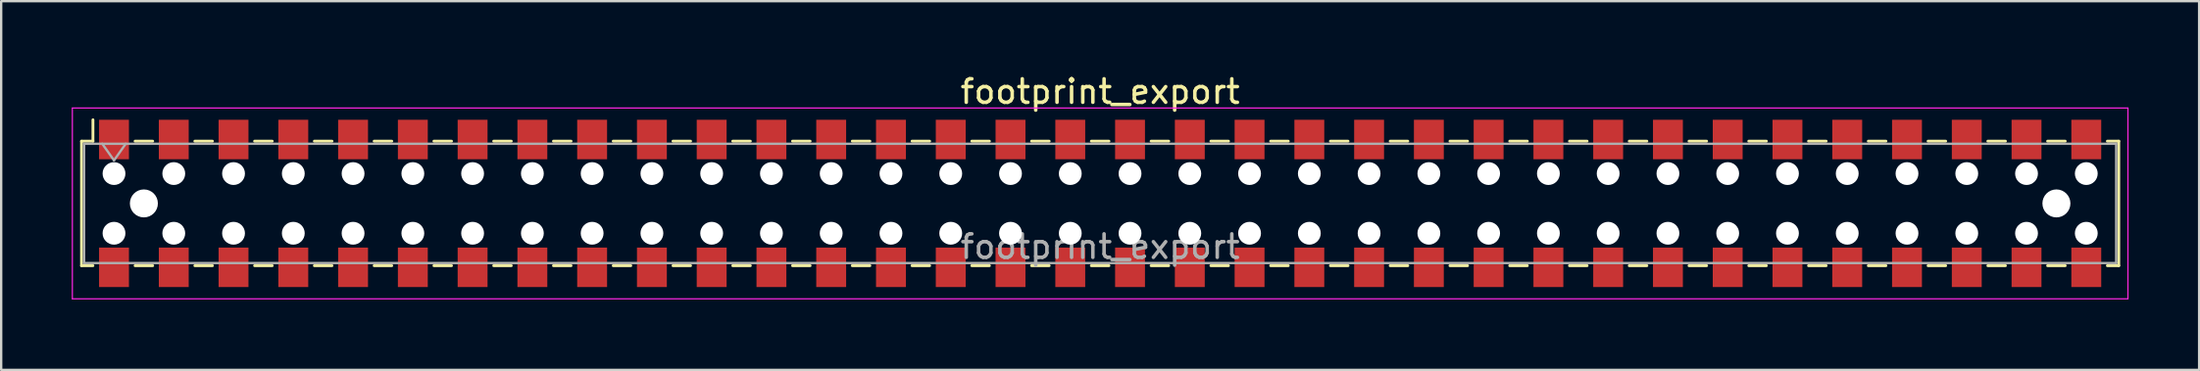
<source format=kicad_pcb>
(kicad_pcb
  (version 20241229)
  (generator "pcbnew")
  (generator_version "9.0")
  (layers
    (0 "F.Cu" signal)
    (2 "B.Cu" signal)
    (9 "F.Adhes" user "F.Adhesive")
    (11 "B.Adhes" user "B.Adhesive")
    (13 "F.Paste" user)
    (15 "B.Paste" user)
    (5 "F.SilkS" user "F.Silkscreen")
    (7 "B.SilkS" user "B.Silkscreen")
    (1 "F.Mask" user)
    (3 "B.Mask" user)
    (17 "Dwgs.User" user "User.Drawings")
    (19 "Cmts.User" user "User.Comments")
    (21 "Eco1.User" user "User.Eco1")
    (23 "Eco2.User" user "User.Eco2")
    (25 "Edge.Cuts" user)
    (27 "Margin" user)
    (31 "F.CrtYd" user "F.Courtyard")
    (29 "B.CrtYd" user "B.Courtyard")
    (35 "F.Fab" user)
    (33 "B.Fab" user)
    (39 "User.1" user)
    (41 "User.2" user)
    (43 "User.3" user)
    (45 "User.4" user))
  (footprint "footprint_export"
    (layer "F.Cu")
    (at 43.705 5.608)
    (property "Reference" "footprint_export" (at 0 -4.76 0) (layer "F.SilkS") (effects (font (size 1 1) (thickness 0.15))))
    (attr smd)
    (fp_line (start -43.29 -2.65) (end -43.29 2.65) (stroke (width 0.12) (type solid)) (layer "F.SilkS"))
    (fp_line (start -43.29 2.65) (end -42.805 2.65) (stroke (width 0.12) (type solid)) (layer "F.SilkS"))
    (fp_line (start -42.805 -3.56) (end -42.805 -2.65) (stroke (width 0.12) (type solid)) (layer "F.SilkS"))
    (fp_line (start -42.805 -2.65) (end -43.29 -2.65) (stroke (width 0.12) (type solid)) (layer "F.SilkS"))
    (fp_line (start -41.015 -2.65) (end -40.265 -2.65) (stroke (width 0.12) (type solid)) (layer "F.SilkS"))
    (fp_line (start -41.015 2.65) (end -40.265 2.65) (stroke (width 0.12) (type solid)) (layer "F.SilkS"))
    (fp_line (start -38.475 -2.65) (end -37.725 -2.65) (stroke (width 0.12) (type solid)) (layer "F.SilkS"))
    (fp_line (start -38.475 2.65) (end -37.725 2.65) (stroke (width 0.12) (type solid)) (layer "F.SilkS"))
    (fp_line (start -35.935 -2.65) (end -35.185 -2.65) (stroke (width 0.12) (type solid)) (layer "F.SilkS"))
    (fp_line (start -35.935 2.65) (end -35.185 2.65) (stroke (width 0.12) (type solid)) (layer "F.SilkS"))
    (fp_line (start -33.395 -2.65) (end -32.645 -2.65) (stroke (width 0.12) (type solid)) (layer "F.SilkS"))
    (fp_line (start -33.395 2.65) (end -32.645 2.65) (stroke (width 0.12) (type solid)) (layer "F.SilkS"))
    (fp_line (start -30.855 -2.65) (end -30.105 -2.65) (stroke (width 0.12) (type solid)) (layer "F.SilkS"))
    (fp_line (start -30.855 2.65) (end -30.105 2.65) (stroke (width 0.12) (type solid)) (layer "F.SilkS"))
    (fp_line (start -28.315 -2.65) (end -27.565 -2.65) (stroke (width 0.12) (type solid)) (layer "F.SilkS"))
    (fp_line (start -28.315 2.65) (end -27.565 2.65) (stroke (width 0.12) (type solid)) (layer "F.SilkS"))
    (fp_line (start -25.775 -2.65) (end -25.025 -2.65) (stroke (width 0.12) (type solid)) (layer "F.SilkS"))
    (fp_line (start -25.775 2.65) (end -25.025 2.65) (stroke (width 0.12) (type solid)) (layer "F.SilkS"))
    (fp_line (start -23.235 -2.65) (end -22.485 -2.65) (stroke (width 0.12) (type solid)) (layer "F.SilkS"))
    (fp_line (start -23.235 2.65) (end -22.485 2.65) (stroke (width 0.12) (type solid)) (layer "F.SilkS"))
    (fp_line (start -20.695 -2.65) (end -19.945 -2.65) (stroke (width 0.12) (type solid)) (layer "F.SilkS"))
    (fp_line (start -20.695 2.65) (end -19.945 2.65) (stroke (width 0.12) (type solid)) (layer "F.SilkS"))
    (fp_line (start -18.155 -2.65) (end -17.405 -2.65) (stroke (width 0.12) (type solid)) (layer "F.SilkS"))
    (fp_line (start -18.155 2.65) (end -17.405 2.65) (stroke (width 0.12) (type solid)) (layer "F.SilkS"))
    (fp_line (start -15.615 -2.65) (end -14.865 -2.65) (stroke (width 0.12) (type solid)) (layer "F.SilkS"))
    (fp_line (start -15.615 2.65) (end -14.865 2.65) (stroke (width 0.12) (type solid)) (layer "F.SilkS"))
    (fp_line (start -13.075 -2.65) (end -12.325 -2.65) (stroke (width 0.12) (type solid)) (layer "F.SilkS"))
    (fp_line (start -13.075 2.65) (end -12.325 2.65) (stroke (width 0.12) (type solid)) (layer "F.SilkS"))
    (fp_line (start -10.535 -2.65) (end -9.785 -2.65) (stroke (width 0.12) (type solid)) (layer "F.SilkS"))
    (fp_line (start -10.535 2.65) (end -9.785 2.65) (stroke (width 0.12) (type solid)) (layer "F.SilkS"))
    (fp_line (start -7.995 -2.65) (end -7.245 -2.65) (stroke (width 0.12) (type solid)) (layer "F.SilkS"))
    (fp_line (start -7.995 2.65) (end -7.245 2.65) (stroke (width 0.12) (type solid)) (layer "F.SilkS"))
    (fp_line (start -5.455 -2.65) (end -4.705 -2.65) (stroke (width 0.12) (type solid)) (layer "F.SilkS"))
    (fp_line (start -5.455 2.65) (end -4.705 2.65) (stroke (width 0.12) (type solid)) (layer "F.SilkS"))
    (fp_line (start -2.915 -2.65) (end -2.165 -2.65) (stroke (width 0.12) (type solid)) (layer "F.SilkS"))
    (fp_line (start -2.915 2.65) (end -2.165 2.65) (stroke (width 0.12) (type solid)) (layer "F.SilkS"))
    (fp_line (start -0.375 -2.65) (end 0.375 -2.65) (stroke (width 0.12) (type solid)) (layer "F.SilkS"))
    (fp_line (start -0.375 2.65) (end 0.375 2.65) (stroke (width 0.12) (type solid)) (layer "F.SilkS"))
    (fp_line (start 2.165 -2.65) (end 2.915 -2.65) (stroke (width 0.12) (type solid)) (layer "F.SilkS"))
    (fp_line (start 2.165 2.65) (end 2.915 2.65) (stroke (width 0.12) (type solid)) (layer "F.SilkS"))
    (fp_line (start 4.705 -2.65) (end 5.455 -2.65) (stroke (width 0.12) (type solid)) (layer "F.SilkS"))
    (fp_line (start 4.705 2.65) (end 5.455 2.65) (stroke (width 0.12) (type solid)) (layer "F.SilkS"))
    (fp_line (start 7.245 -2.65) (end 7.995 -2.65) (stroke (width 0.12) (type solid)) (layer "F.SilkS"))
    (fp_line (start 7.245 2.65) (end 7.995 2.65) (stroke (width 0.12) (type solid)) (layer "F.SilkS"))
    (fp_line (start 9.785 -2.65) (end 10.535 -2.65) (stroke (width 0.12) (type solid)) (layer "F.SilkS"))
    (fp_line (start 9.785 2.65) (end 10.535 2.65) (stroke (width 0.12) (type solid)) (layer "F.SilkS"))
    (fp_line (start 12.325 -2.65) (end 13.075 -2.65) (stroke (width 0.12) (type solid)) (layer "F.SilkS"))
    (fp_line (start 12.325 2.65) (end 13.075 2.65) (stroke (width 0.12) (type solid)) (layer "F.SilkS"))
    (fp_line (start 14.865 -2.65) (end 15.615 -2.65) (stroke (width 0.12) (type solid)) (layer "F.SilkS"))
    (fp_line (start 14.865 2.65) (end 15.615 2.65) (stroke (width 0.12) (type solid)) (layer "F.SilkS"))
    (fp_line (start 17.405 -2.65) (end 18.155 -2.65) (stroke (width 0.12) (type solid)) (layer "F.SilkS"))
    (fp_line (start 17.405 2.65) (end 18.155 2.65) (stroke (width 0.12) (type solid)) (layer "F.SilkS"))
    (fp_line (start 19.945 -2.65) (end 20.695 -2.65) (stroke (width 0.12) (type solid)) (layer "F.SilkS"))
    (fp_line (start 19.945 2.65) (end 20.695 2.65) (stroke (width 0.12) (type solid)) (layer "F.SilkS"))
    (fp_line (start 22.485 -2.65) (end 23.235 -2.65) (stroke (width 0.12) (type solid)) (layer "F.SilkS"))
    (fp_line (start 22.485 2.65) (end 23.235 2.65) (stroke (width 0.12) (type solid)) (layer "F.SilkS"))
    (fp_line (start 25.025 -2.65) (end 25.775 -2.65) (stroke (width 0.12) (type solid)) (layer "F.SilkS"))
    (fp_line (start 25.025 2.65) (end 25.775 2.65) (stroke (width 0.12) (type solid)) (layer "F.SilkS"))
    (fp_line (start 27.565 -2.65) (end 28.315 -2.65) (stroke (width 0.12) (type solid)) (layer "F.SilkS"))
    (fp_line (start 27.565 2.65) (end 28.315 2.65) (stroke (width 0.12) (type solid)) (layer "F.SilkS"))
    (fp_line (start 30.105 -2.65) (end 30.855 -2.65) (stroke (width 0.12) (type solid)) (layer "F.SilkS"))
    (fp_line (start 30.105 2.65) (end 30.855 2.65) (stroke (width 0.12) (type solid)) (layer "F.SilkS"))
    (fp_line (start 32.645 -2.65) (end 33.395 -2.65) (stroke (width 0.12) (type solid)) (layer "F.SilkS"))
    (fp_line (start 32.645 2.65) (end 33.395 2.65) (stroke (width 0.12) (type solid)) (layer "F.SilkS"))
    (fp_line (start 35.185 -2.65) (end 35.935 -2.65) (stroke (width 0.12) (type solid)) (layer "F.SilkS"))
    (fp_line (start 35.185 2.65) (end 35.935 2.65) (stroke (width 0.12) (type solid)) (layer "F.SilkS"))
    (fp_line (start 37.725 -2.65) (end 38.475 -2.65) (stroke (width 0.12) (type solid)) (layer "F.SilkS"))
    (fp_line (start 37.725 2.65) (end 38.475 2.65) (stroke (width 0.12) (type solid)) (layer "F.SilkS"))
    (fp_line (start 40.265 -2.65) (end 41.015 -2.65) (stroke (width 0.12) (type solid)) (layer "F.SilkS"))
    (fp_line (start 40.265 2.65) (end 41.015 2.65) (stroke (width 0.12) (type solid)) (layer "F.SilkS"))
    (fp_line (start 42.805 -2.65) (end 43.29 -2.65) (stroke (width 0.12) (type solid)) (layer "F.SilkS"))
    (fp_line (start 43.29 -2.65) (end 43.29 2.65) (stroke (width 0.12) (type solid)) (layer "F.SilkS"))
    (fp_line (start 43.29 2.65) (end 42.805 2.65) (stroke (width 0.12) (type solid)) (layer "F.SilkS"))
    (fp_line (start -43.68 -4.06) (end 43.68 -4.06) (stroke (width 0.05) (type solid)) (layer "F.CrtYd"))
    (fp_line (start -43.68 4.06) (end -43.68 -4.06) (stroke (width 0.05) (type solid)) (layer "F.CrtYd"))
    (fp_line (start 43.68 -4.06) (end 43.68 4.06) (stroke (width 0.05) (type solid)) (layer "F.CrtYd"))
    (fp_line (start 43.68 4.06) (end -43.68 4.06) (stroke (width 0.05) (type solid)) (layer "F.CrtYd"))
    (fp_line (start -43.18 -2.54) (end 43.18 -2.54) (stroke (width 0.1) (type solid)) (layer "F.Fab"))
    (fp_line (start -43.18 2.54) (end -43.18 -2.54) (stroke (width 0.1) (type solid)) (layer "F.Fab"))
    (fp_line (start -42.41 -2.54) (end -41.91 -1.833) (stroke (width 0.1) (type solid)) (layer "F.Fab"))
    (fp_line (start -41.91 -1.833) (end -41.41 -2.54) (stroke (width 0.1) (type solid)) (layer "F.Fab"))
    (fp_line (start 43.18 -2.54) (end 43.18 2.54) (stroke (width 0.1) (type solid)) (layer "F.Fab"))
    (fp_line (start 43.18 2.54) (end -43.18 2.54) (stroke (width 0.1) (type solid)) (layer "F.Fab"))
    (fp_text user "${REFERENCE}" (at 0 1.84 0) (layer "F.Fab") (effects (font (size 1 1) (thickness 0.15))))
    (pad "" np_thru_hole circle (at -41.91 -1.27) (size 0.97 0.97) (drill 0.97) (layers "*.Cu" "*.Mask"))
    (pad "" np_thru_hole circle (at -41.91 1.27) (size 0.97 0.97) (drill 0.97) (layers "*.Cu" "*.Mask"))
    (pad "" np_thru_hole circle (at -40.64 0) (size 1.19 1.19) (drill 1.19) (layers "*.Cu" "*.Mask"))
    (pad "" np_thru_hole circle (at -39.37 -1.27) (size 0.97 0.97) (drill 0.97) (layers "*.Cu" "*.Mask"))
    (pad "" np_thru_hole circle (at -39.37 1.27) (size 0.97 0.97) (drill 0.97) (layers "*.Cu" "*.Mask"))
    (pad "" np_thru_hole circle (at -36.83 -1.27) (size 0.97 0.97) (drill 0.97) (layers "*.Cu" "*.Mask"))
    (pad "" np_thru_hole circle (at -36.83 1.27) (size 0.97 0.97) (drill 0.97) (layers "*.Cu" "*.Mask"))
    (pad "" np_thru_hole circle (at -34.29 -1.27) (size 0.97 0.97) (drill 0.97) (layers "*.Cu" "*.Mask"))
    (pad "" np_thru_hole circle (at -34.29 1.27) (size 0.97 0.97) (drill 0.97) (layers "*.Cu" "*.Mask"))
    (pad "" np_thru_hole circle (at -31.75 -1.27) (size 0.97 0.97) (drill 0.97) (layers "*.Cu" "*.Mask"))
    (pad "" np_thru_hole circle (at -31.75 1.27) (size 0.97 0.97) (drill 0.97) (layers "*.Cu" "*.Mask"))
    (pad "" np_thru_hole circle (at -29.21 -1.27) (size 0.97 0.97) (drill 0.97) (layers "*.Cu" "*.Mask"))
    (pad "" np_thru_hole circle (at -29.21 1.27) (size 0.97 0.97) (drill 0.97) (layers "*.Cu" "*.Mask"))
    (pad "" np_thru_hole circle (at -26.67 -1.27) (size 0.97 0.97) (drill 0.97) (layers "*.Cu" "*.Mask"))
    (pad "" np_thru_hole circle (at -26.67 1.27) (size 0.97 0.97) (drill 0.97) (layers "*.Cu" "*.Mask"))
    (pad "" np_thru_hole circle (at -24.13 -1.27) (size 0.97 0.97) (drill 0.97) (layers "*.Cu" "*.Mask"))
    (pad "" np_thru_hole circle (at -24.13 1.27) (size 0.97 0.97) (drill 0.97) (layers "*.Cu" "*.Mask"))
    (pad "" np_thru_hole circle (at -21.59 -1.27) (size 0.97 0.97) (drill 0.97) (layers "*.Cu" "*.Mask"))
    (pad "" np_thru_hole circle (at -21.59 1.27) (size 0.97 0.97) (drill 0.97) (layers "*.Cu" "*.Mask"))
    (pad "" np_thru_hole circle (at -19.05 -1.27) (size 0.97 0.97) (drill 0.97) (layers "*.Cu" "*.Mask"))
    (pad "" np_thru_hole circle (at -19.05 1.27) (size 0.97 0.97) (drill 0.97) (layers "*.Cu" "*.Mask"))
    (pad "" np_thru_hole circle (at -16.51 -1.27) (size 0.97 0.97) (drill 0.97) (layers "*.Cu" "*.Mask"))
    (pad "" np_thru_hole circle (at -16.51 1.27) (size 0.97 0.97) (drill 0.97) (layers "*.Cu" "*.Mask"))
    (pad "" np_thru_hole circle (at -13.97 -1.27) (size 0.97 0.97) (drill 0.97) (layers "*.Cu" "*.Mask"))
    (pad "" np_thru_hole circle (at -13.97 1.27) (size 0.97 0.97) (drill 0.97) (layers "*.Cu" "*.Mask"))
    (pad "" np_thru_hole circle (at -11.43 -1.27) (size 0.97 0.97) (drill 0.97) (layers "*.Cu" "*.Mask"))
    (pad "" np_thru_hole circle (at -11.43 1.27) (size 0.97 0.97) (drill 0.97) (layers "*.Cu" "*.Mask"))
    (pad "" np_thru_hole circle (at -8.89 -1.27) (size 0.97 0.97) (drill 0.97) (layers "*.Cu" "*.Mask"))
    (pad "" np_thru_hole circle (at -8.89 1.27) (size 0.97 0.97) (drill 0.97) (layers "*.Cu" "*.Mask"))
    (pad "" np_thru_hole circle (at -6.35 -1.27) (size 0.97 0.97) (drill 0.97) (layers "*.Cu" "*.Mask"))
    (pad "" np_thru_hole circle (at -6.35 1.27) (size 0.97 0.97) (drill 0.97) (layers "*.Cu" "*.Mask"))
    (pad "" np_thru_hole circle (at -3.81 -1.27) (size 0.97 0.97) (drill 0.97) (layers "*.Cu" "*.Mask"))
    (pad "" np_thru_hole circle (at -3.81 1.27) (size 0.97 0.97) (drill 0.97) (layers "*.Cu" "*.Mask"))
    (pad "" np_thru_hole circle (at -1.27 -1.27) (size 0.97 0.97) (drill 0.97) (layers "*.Cu" "*.Mask"))
    (pad "" np_thru_hole circle (at -1.27 1.27) (size 0.97 0.97) (drill 0.97) (layers "*.Cu" "*.Mask"))
    (pad "" np_thru_hole circle (at 1.27 -1.27) (size 0.97 0.97) (drill 0.97) (layers "*.Cu" "*.Mask"))
    (pad "" np_thru_hole circle (at 1.27 1.27) (size 0.97 0.97) (drill 0.97) (layers "*.Cu" "*.Mask"))
    (pad "" np_thru_hole circle (at 3.81 -1.27) (size 0.97 0.97) (drill 0.97) (layers "*.Cu" "*.Mask"))
    (pad "" np_thru_hole circle (at 3.81 1.27) (size 0.97 0.97) (drill 0.97) (layers "*.Cu" "*.Mask"))
    (pad "" np_thru_hole circle (at 6.35 -1.27) (size 0.97 0.97) (drill 0.97) (layers "*.Cu" "*.Mask"))
    (pad "" np_thru_hole circle (at 6.35 1.27) (size 0.97 0.97) (drill 0.97) (layers "*.Cu" "*.Mask"))
    (pad "" np_thru_hole circle (at 8.89 -1.27) (size 0.97 0.97) (drill 0.97) (layers "*.Cu" "*.Mask"))
    (pad "" np_thru_hole circle (at 8.89 1.27) (size 0.97 0.97) (drill 0.97) (layers "*.Cu" "*.Mask"))
    (pad "" np_thru_hole circle (at 11.43 -1.27) (size 0.97 0.97) (drill 0.97) (layers "*.Cu" "*.Mask"))
    (pad "" np_thru_hole circle (at 11.43 1.27) (size 0.97 0.97) (drill 0.97) (layers "*.Cu" "*.Mask"))
    (pad "" np_thru_hole circle (at 13.97 -1.27) (size 0.97 0.97) (drill 0.97) (layers "*.Cu" "*.Mask"))
    (pad "" np_thru_hole circle (at 13.97 1.27) (size 0.97 0.97) (drill 0.97) (layers "*.Cu" "*.Mask"))
    (pad "" np_thru_hole circle (at 16.51 -1.27) (size 0.97 0.97) (drill 0.97) (layers "*.Cu" "*.Mask"))
    (pad "" np_thru_hole circle (at 16.51 1.27) (size 0.97 0.97) (drill 0.97) (layers "*.Cu" "*.Mask"))
    (pad "" np_thru_hole circle (at 19.05 -1.27) (size 0.97 0.97) (drill 0.97) (layers "*.Cu" "*.Mask"))
    (pad "" np_thru_hole circle (at 19.05 1.27) (size 0.97 0.97) (drill 0.97) (layers "*.Cu" "*.Mask"))
    (pad "" np_thru_hole circle (at 21.59 -1.27) (size 0.97 0.97) (drill 0.97) (layers "*.Cu" "*.Mask"))
    (pad "" np_thru_hole circle (at 21.59 1.27) (size 0.97 0.97) (drill 0.97) (layers "*.Cu" "*.Mask"))
    (pad "" np_thru_hole circle (at 24.13 -1.27) (size 0.97 0.97) (drill 0.97) (layers "*.Cu" "*.Mask"))
    (pad "" np_thru_hole circle (at 24.13 1.27) (size 0.97 0.97) (drill 0.97) (layers "*.Cu" "*.Mask"))
    (pad "" np_thru_hole circle (at 26.67 -1.27) (size 0.97 0.97) (drill 0.97) (layers "*.Cu" "*.Mask"))
    (pad "" np_thru_hole circle (at 26.67 1.27) (size 0.97 0.97) (drill 0.97) (layers "*.Cu" "*.Mask"))
    (pad "" np_thru_hole circle (at 29.21 -1.27) (size 0.97 0.97) (drill 0.97) (layers "*.Cu" "*.Mask"))
    (pad "" np_thru_hole circle (at 29.21 1.27) (size 0.97 0.97) (drill 0.97) (layers "*.Cu" "*.Mask"))
    (pad "" np_thru_hole circle (at 31.75 -1.27) (size 0.97 0.97) (drill 0.97) (layers "*.Cu" "*.Mask"))
    (pad "" np_thru_hole circle (at 31.75 1.27) (size 0.97 0.97) (drill 0.97) (layers "*.Cu" "*.Mask"))
    (pad "" np_thru_hole circle (at 34.29 -1.27) (size 0.97 0.97) (drill 0.97) (layers "*.Cu" "*.Mask"))
    (pad "" np_thru_hole circle (at 34.29 1.27) (size 0.97 0.97) (drill 0.97) (layers "*.Cu" "*.Mask"))
    (pad "" np_thru_hole circle (at 36.83 -1.27) (size 0.97 0.97) (drill 0.97) (layers "*.Cu" "*.Mask"))
    (pad "" np_thru_hole circle (at 36.83 1.27) (size 0.97 0.97) (drill 0.97) (layers "*.Cu" "*.Mask"))
    (pad "" np_thru_hole circle (at 39.37 -1.27) (size 0.97 0.97) (drill 0.97) (layers "*.Cu" "*.Mask"))
    (pad "" np_thru_hole circle (at 39.37 1.27) (size 0.97 0.97) (drill 0.97) (layers "*.Cu" "*.Mask"))
    (pad "" np_thru_hole circle (at 40.64 0) (size 1.19 1.19) (drill 1.19) (layers "*.Cu" "*.Mask"))
    (pad "" np_thru_hole circle (at 41.91 -1.27) (size 0.97 0.97) (drill 0.97) (layers "*.Cu" "*.Mask"))
    (pad "" np_thru_hole circle (at 41.91 1.27) (size 0.97 0.97) (drill 0.97) (layers "*.Cu" "*.Mask"))
    (pad "1" smd rect (at -41.91 -2.72) (size 1.27 1.68) (layers "F.Cu" "F.Mask" "F.Paste"))
    (pad "2" smd rect (at -41.91 2.72) (size 1.27 1.68) (layers "F.Cu" "F.Mask" "F.Paste"))
    (pad "3" smd rect (at -39.37 -2.72) (size 1.27 1.68) (layers "F.Cu" "F.Mask" "F.Paste"))
    (pad "4" smd rect (at -39.37 2.72) (size 1.27 1.68) (layers "F.Cu" "F.Mask" "F.Paste"))
    (pad "5" smd rect (at -36.83 -2.72) (size 1.27 1.68) (layers "F.Cu" "F.Mask" "F.Paste"))
    (pad "6" smd rect (at -36.83 2.72) (size 1.27 1.68) (layers "F.Cu" "F.Mask" "F.Paste"))
    (pad "7" smd rect (at -34.29 -2.72) (size 1.27 1.68) (layers "F.Cu" "F.Mask" "F.Paste"))
    (pad "8" smd rect (at -34.29 2.72) (size 1.27 1.68) (layers "F.Cu" "F.Mask" "F.Paste"))
    (pad "9" smd rect (at -31.75 -2.72) (size 1.27 1.68) (layers "F.Cu" "F.Mask" "F.Paste"))
    (pad "10" smd rect (at -31.75 2.72) (size 1.27 1.68) (layers "F.Cu" "F.Mask" "F.Paste"))
    (pad "11" smd rect (at -29.21 -2.72) (size 1.27 1.68) (layers "F.Cu" "F.Mask" "F.Paste"))
    (pad "12" smd rect (at -29.21 2.72) (size 1.27 1.68) (layers "F.Cu" "F.Mask" "F.Paste"))
    (pad "13" smd rect (at -26.67 -2.72) (size 1.27 1.68) (layers "F.Cu" "F.Mask" "F.Paste"))
    (pad "14" smd rect (at -26.67 2.72) (size 1.27 1.68) (layers "F.Cu" "F.Mask" "F.Paste"))
    (pad "15" smd rect (at -24.13 -2.72) (size 1.27 1.68) (layers "F.Cu" "F.Mask" "F.Paste"))
    (pad "16" smd rect (at -24.13 2.72) (size 1.27 1.68) (layers "F.Cu" "F.Mask" "F.Paste"))
    (pad "17" smd rect (at -21.59 -2.72) (size 1.27 1.68) (layers "F.Cu" "F.Mask" "F.Paste"))
    (pad "18" smd rect (at -21.59 2.72) (size 1.27 1.68) (layers "F.Cu" "F.Mask" "F.Paste"))
    (pad "19" smd rect (at -19.05 -2.72) (size 1.27 1.68) (layers "F.Cu" "F.Mask" "F.Paste"))
    (pad "20" smd rect (at -19.05 2.72) (size 1.27 1.68) (layers "F.Cu" "F.Mask" "F.Paste"))
    (pad "21" smd rect (at -16.51 -2.72) (size 1.27 1.68) (layers "F.Cu" "F.Mask" "F.Paste"))
    (pad "22" smd rect (at -16.51 2.72) (size 1.27 1.68) (layers "F.Cu" "F.Mask" "F.Paste"))
    (pad "23" smd rect (at -13.97 -2.72) (size 1.27 1.68) (layers "F.Cu" "F.Mask" "F.Paste"))
    (pad "24" smd rect (at -13.97 2.72) (size 1.27 1.68) (layers "F.Cu" "F.Mask" "F.Paste"))
    (pad "25" smd rect (at -11.43 -2.72) (size 1.27 1.68) (layers "F.Cu" "F.Mask" "F.Paste"))
    (pad "26" smd rect (at -11.43 2.72) (size 1.27 1.68) (layers "F.Cu" "F.Mask" "F.Paste"))
    (pad "27" smd rect (at -8.89 -2.72) (size 1.27 1.68) (layers "F.Cu" "F.Mask" "F.Paste"))
    (pad "28" smd rect (at -8.89 2.72) (size 1.27 1.68) (layers "F.Cu" "F.Mask" "F.Paste"))
    (pad "29" smd rect (at -6.35 -2.72) (size 1.27 1.68) (layers "F.Cu" "F.Mask" "F.Paste"))
    (pad "30" smd rect (at -6.35 2.72) (size 1.27 1.68) (layers "F.Cu" "F.Mask" "F.Paste"))
    (pad "31" smd rect (at -3.81 -2.72) (size 1.27 1.68) (layers "F.Cu" "F.Mask" "F.Paste"))
    (pad "32" smd rect (at -3.81 2.72) (size 1.27 1.68) (layers "F.Cu" "F.Mask" "F.Paste"))
    (pad "33" smd rect (at -1.27 -2.72) (size 1.27 1.68) (layers "F.Cu" "F.Mask" "F.Paste"))
    (pad "34" smd rect (at -1.27 2.72) (size 1.27 1.68) (layers "F.Cu" "F.Mask" "F.Paste"))
    (pad "35" smd rect (at 1.27 -2.72) (size 1.27 1.68) (layers "F.Cu" "F.Mask" "F.Paste"))
    (pad "36" smd rect (at 1.27 2.72) (size 1.27 1.68) (layers "F.Cu" "F.Mask" "F.Paste"))
    (pad "37" smd rect (at 3.81 -2.72) (size 1.27 1.68) (layers "F.Cu" "F.Mask" "F.Paste"))
    (pad "38" smd rect (at 3.81 2.72) (size 1.27 1.68) (layers "F.Cu" "F.Mask" "F.Paste"))
    (pad "39" smd rect (at 6.35 -2.72) (size 1.27 1.68) (layers "F.Cu" "F.Mask" "F.Paste"))
    (pad "40" smd rect (at 6.35 2.72) (size 1.27 1.68) (layers "F.Cu" "F.Mask" "F.Paste"))
    (pad "41" smd rect (at 8.89 -2.72) (size 1.27 1.68) (layers "F.Cu" "F.Mask" "F.Paste"))
    (pad "42" smd rect (at 8.89 2.72) (size 1.27 1.68) (layers "F.Cu" "F.Mask" "F.Paste"))
    (pad "43" smd rect (at 11.43 -2.72) (size 1.27 1.68) (layers "F.Cu" "F.Mask" "F.Paste"))
    (pad "44" smd rect (at 11.43 2.72) (size 1.27 1.68) (layers "F.Cu" "F.Mask" "F.Paste"))
    (pad "45" smd rect (at 13.97 -2.72) (size 1.27 1.68) (layers "F.Cu" "F.Mask" "F.Paste"))
    (pad "46" smd rect (at 13.97 2.72) (size 1.27 1.68) (layers "F.Cu" "F.Mask" "F.Paste"))
    (pad "47" smd rect (at 16.51 -2.72) (size 1.27 1.68) (layers "F.Cu" "F.Mask" "F.Paste"))
    (pad "48" smd rect (at 16.51 2.72) (size 1.27 1.68) (layers "F.Cu" "F.Mask" "F.Paste"))
    (pad "49" smd rect (at 19.05 -2.72) (size 1.27 1.68) (layers "F.Cu" "F.Mask" "F.Paste"))
    (pad "50" smd rect (at 19.05 2.72) (size 1.27 1.68) (layers "F.Cu" "F.Mask" "F.Paste"))
    (pad "51" smd rect (at 21.59 -2.72) (size 1.27 1.68) (layers "F.Cu" "F.Mask" "F.Paste"))
    (pad "52" smd rect (at 21.59 2.72) (size 1.27 1.68) (layers "F.Cu" "F.Mask" "F.Paste"))
    (pad "53" smd rect (at 24.13 -2.72) (size 1.27 1.68) (layers "F.Cu" "F.Mask" "F.Paste"))
    (pad "54" smd rect (at 24.13 2.72) (size 1.27 1.68) (layers "F.Cu" "F.Mask" "F.Paste"))
    (pad "55" smd rect (at 26.67 -2.72) (size 1.27 1.68) (layers "F.Cu" "F.Mask" "F.Paste"))
    (pad "56" smd rect (at 26.67 2.72) (size 1.27 1.68) (layers "F.Cu" "F.Mask" "F.Paste"))
    (pad "57" smd rect (at 29.21 -2.72) (size 1.27 1.68) (layers "F.Cu" "F.Mask" "F.Paste"))
    (pad "58" smd rect (at 29.21 2.72) (size 1.27 1.68) (layers "F.Cu" "F.Mask" "F.Paste"))
    (pad "59" smd rect (at 31.75 -2.72) (size 1.27 1.68) (layers "F.Cu" "F.Mask" "F.Paste"))
    (pad "60" smd rect (at 31.75 2.72) (size 1.27 1.68) (layers "F.Cu" "F.Mask" "F.Paste"))
    (pad "61" smd rect (at 34.29 -2.72) (size 1.27 1.68) (layers "F.Cu" "F.Mask" "F.Paste"))
    (pad "62" smd rect (at 34.29 2.72) (size 1.27 1.68) (layers "F.Cu" "F.Mask" "F.Paste"))
    (pad "63" smd rect (at 36.83 -2.72) (size 1.27 1.68) (layers "F.Cu" "F.Mask" "F.Paste"))
    (pad "64" smd rect (at 36.83 2.72) (size 1.27 1.68) (layers "F.Cu" "F.Mask" "F.Paste"))
    (pad "65" smd rect (at 39.37 -2.72) (size 1.27 1.68) (layers "F.Cu" "F.Mask" "F.Paste"))
    (pad "66" smd rect (at 39.37 2.72) (size 1.27 1.68) (layers "F.Cu" "F.Mask" "F.Paste"))
    (pad "67" smd rect (at 41.91 -2.72) (size 1.27 1.68) (layers "F.Cu" "F.Mask" "F.Paste"))
    (pad "68" smd rect (at 41.91 2.72) (size 1.27 1.68) (layers "F.Cu" "F.Mask" "F.Paste")))
  (gr_rect
    (start -3 -3)
    (end 90.41 12.693)
    (stroke (width 0.1) (type default))
    (fill no)
    (layer "Edge.Cuts")))
</source>
